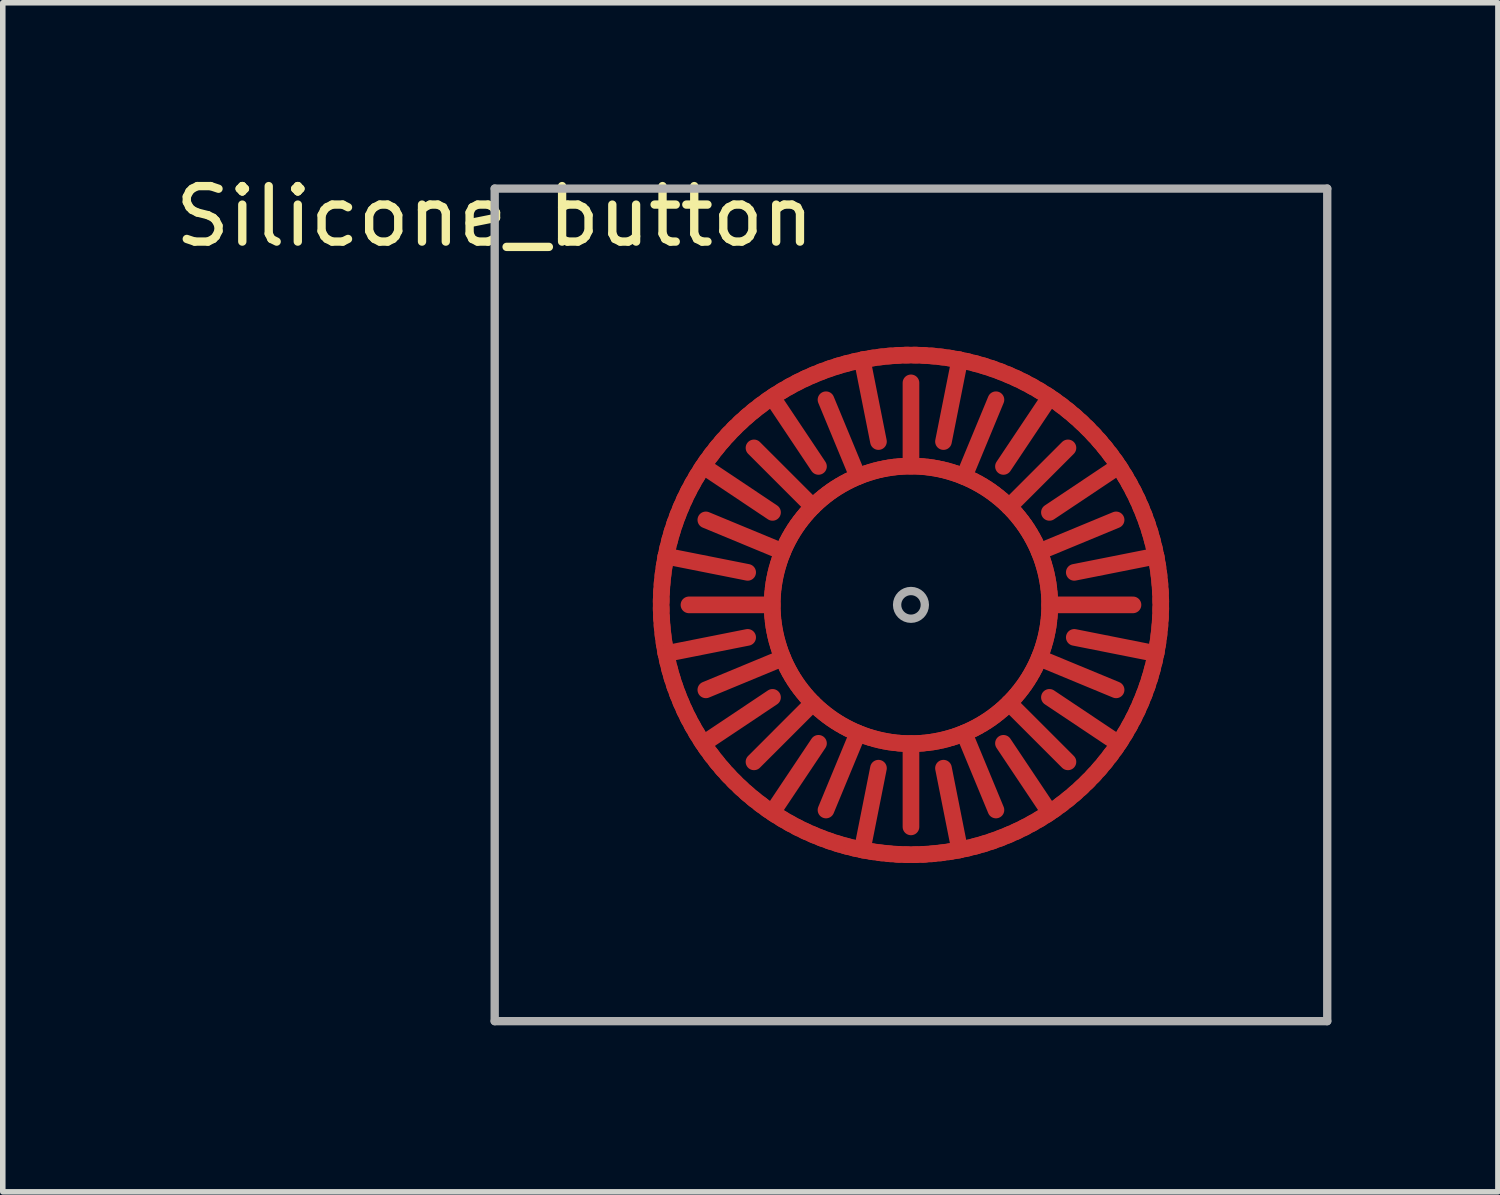
<source format=kicad_pcb>
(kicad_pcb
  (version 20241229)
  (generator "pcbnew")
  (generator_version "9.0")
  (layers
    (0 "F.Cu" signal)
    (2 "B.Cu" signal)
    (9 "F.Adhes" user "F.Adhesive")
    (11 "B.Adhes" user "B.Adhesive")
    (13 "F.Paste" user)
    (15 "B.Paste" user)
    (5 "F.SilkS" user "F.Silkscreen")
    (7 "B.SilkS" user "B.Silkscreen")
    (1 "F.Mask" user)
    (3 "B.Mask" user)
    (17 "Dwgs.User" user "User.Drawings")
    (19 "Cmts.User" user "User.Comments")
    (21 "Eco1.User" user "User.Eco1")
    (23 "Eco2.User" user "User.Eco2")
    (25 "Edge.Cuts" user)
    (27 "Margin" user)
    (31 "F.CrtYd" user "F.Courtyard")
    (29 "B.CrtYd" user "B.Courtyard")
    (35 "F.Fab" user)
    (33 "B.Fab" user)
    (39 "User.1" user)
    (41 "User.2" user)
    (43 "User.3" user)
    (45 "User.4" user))
  (footprint "Silicone_button"
    (layer "F.Cu")
    (at 5.863 0.348)
    (property "Reference" "Silicone_button" (at 0 0.5 0) (layer "F.SilkS") (effects (font (size 1 1) (thickness 0.15))))
    (attr through_hole)
    (fp_circle (center 7.5 7.5) (end 11 7.5) (stroke (width 2.35) (type solid)) (fill no) (layer "F.Mask"))
    (fp_line (start 0 0) (end 0 15) (stroke (width 0.15) (type solid)) (layer "F.Fab"))
    (fp_line (start 0 15) (end 15 15) (stroke (width 0.15) (type solid)) (layer "F.Fab"))
    (fp_line (start 15 0) (end 0 0) (stroke (width 0.15) (type solid)) (layer "F.Fab"))
    (fp_line (start 15 15) (end 15 0) (stroke (width 0.15) (type solid)) (layer "F.Fab"))
    (fp_circle (center 7.5 7.5) (end 7.75 7.5) (stroke (width 0.15) (type solid)) (fill no) (layer "F.Fab"))
    (pad "1" smd oval (at 4.25 7.5 270) (size 0.3 1.8) (layers "F.Cu"))
    (pad "1" smd oval (at 4.497 6.256 247.5) (size 0.3 1.8) (layers "F.Cu"))
    (pad "1" smd oval (at 4.497 8.744 292.5) (size 0.3 1.8) (layers "F.Cu"))
    (pad "1" smd oval (at 5 7.5 270) (size 0.4 0.3) (layers "F.Cu"))
    (pad "1" smd oval (at 5.002 7.413 268) (size 0.4 0.3) (layers "F.Cu"))
    (pad "1" smd oval (at 5.002 7.587 272) (size 0.4 0.3) (layers "F.Cu"))
    (pad "1" smd oval (at 5.006 7.326 266) (size 0.4 0.3) (layers "F.Cu"))
    (pad "1" smd oval (at 5.006 7.674 274) (size 0.4 0.3) (layers "F.Cu"))
    (pad "1" smd oval (at 5.014 7.239 264) (size 0.4 0.3) (layers "F.Cu"))
    (pad "1" smd oval (at 5.014 7.761 276) (size 0.4 0.3) (layers "F.Cu"))
    (pad "1" smd oval (at 5.024 7.152 262) (size 0.4 0.3) (layers "F.Cu"))
    (pad "1" smd oval (at 5.024 7.848 278) (size 0.4 0.3) (layers "F.Cu"))
    (pad "1" smd oval (at 5.038 7.066 260) (size 0.4 0.3) (layers "F.Cu"))
    (pad "1" smd oval (at 5.038 7.934 280) (size 0.4 0.3) (layers "F.Cu"))
    (pad "1" smd oval (at 5.055 6.98 258) (size 0.4 0.3) (layers "F.Cu"))
    (pad "1" smd oval (at 5.055 8.02 282) (size 0.4 0.3) (layers "F.Cu"))
    (pad "1" smd oval (at 5.074 6.895 256) (size 0.4 0.3) (layers "F.Cu"))
    (pad "1" smd oval (at 5.074 8.105 284) (size 0.4 0.3) (layers "F.Cu"))
    (pad "1" smd oval (at 5.097 6.811 254) (size 0.4 0.3) (layers "F.Cu"))
    (pad "1" smd oval (at 5.097 8.189 286) (size 0.4 0.3) (layers "F.Cu"))
    (pad "1" smd oval (at 5.122 6.727 252) (size 0.4 0.3) (layers "F.Cu"))
    (pad "1" smd oval (at 5.122 8.273 288) (size 0.4 0.3) (layers "F.Cu"))
    (pad "1" smd oval (at 5.151 6.645 250) (size 0.4 0.3) (layers "F.Cu"))
    (pad "1" smd oval (at 5.151 8.355 290) (size 0.4 0.3) (layers "F.Cu"))
    (pad "1" smd oval (at 5.182 6.563 248) (size 0.4 0.3) (layers "F.Cu"))
    (pad "1" smd oval (at 5.182 8.437 292) (size 0.4 0.3) (layers "F.Cu"))
    (pad "1" smd oval (at 5.202 5.202 225) (size 0.3 1.8) (layers "F.Cu"))
    (pad "1" smd oval (at 5.202 9.798 315) (size 0.3 1.8) (layers "F.Cu"))
    (pad "1" smd oval (at 5.216 6.483 246) (size 0.4 0.3) (layers "F.Cu"))
    (pad "1" smd oval (at 5.216 8.517 294) (size 0.4 0.3) (layers "F.Cu"))
    (pad "1" smd oval (at 5.253 6.404 244) (size 0.4 0.3) (layers "F.Cu"))
    (pad "1" smd oval (at 5.253 8.596 296) (size 0.4 0.3) (layers "F.Cu"))
    (pad "1" smd oval (at 5.293 6.326 242) (size 0.4 0.3) (layers "F.Cu"))
    (pad "1" smd oval (at 5.293 8.674 298) (size 0.4 0.3) (layers "F.Cu"))
    (pad "1" smd oval (at 5.335 6.25 240) (size 0.4 0.3) (layers "F.Cu"))
    (pad "1" smd oval (at 5.335 8.75 300) (size 0.4 0.3) (layers "F.Cu"))
    (pad "1" smd oval (at 5.38 6.175 238) (size 0.4 0.3) (layers "F.Cu"))
    (pad "1" smd oval (at 5.38 8.825 302) (size 0.4 0.3) (layers "F.Cu"))
    (pad "1" smd oval (at 5.427 6.102 236) (size 0.4 0.3) (layers "F.Cu"))
    (pad "1" smd oval (at 5.427 8.898 304) (size 0.4 0.3) (layers "F.Cu"))
    (pad "1" smd oval (at 5.477 6.031 234) (size 0.4 0.3) (layers "F.Cu"))
    (pad "1" smd oval (at 5.477 8.969 306) (size 0.4 0.3) (layers "F.Cu"))
    (pad "1" smd oval (at 5.53 5.961 232) (size 0.4 0.3) (layers "F.Cu"))
    (pad "1" smd oval (at 5.53 9.039 308) (size 0.4 0.3) (layers "F.Cu"))
    (pad "1" smd oval (at 5.585 5.893 230) (size 0.4 0.3) (layers "F.Cu"))
    (pad "1" smd oval (at 5.585 9.107 310) (size 0.4 0.3) (layers "F.Cu"))
    (pad "1" smd oval (at 5.642 5.827 228) (size 0.4 0.3) (layers "F.Cu"))
    (pad "1" smd oval (at 5.642 9.173 312) (size 0.4 0.3) (layers "F.Cu"))
    (pad "1" smd oval (at 5.702 5.763 226) (size 0.4 0.3) (layers "F.Cu"))
    (pad "1" smd oval (at 5.702 9.237 314) (size 0.4 0.3) (layers "F.Cu"))
    (pad "1" smd oval (at 5.763 5.702 224) (size 0.4 0.3) (layers "F.Cu"))
    (pad "1" smd oval (at 5.763 9.298 316) (size 0.4 0.3) (layers "F.Cu"))
    (pad "1" smd oval (at 5.827 5.642 222) (size 0.4 0.3) (layers "F.Cu"))
    (pad "1" smd oval (at 5.827 9.358 318) (size 0.4 0.3) (layers "F.Cu"))
    (pad "1" smd oval (at 5.893 5.585 220) (size 0.4 0.3) (layers "F.Cu"))
    (pad "1" smd oval (at 5.893 9.415 320) (size 0.4 0.3) (layers "F.Cu"))
    (pad "1" smd oval (at 5.961 5.53 218) (size 0.4 0.3) (layers "F.Cu"))
    (pad "1" smd oval (at 5.961 9.47 322) (size 0.4 0.3) (layers "F.Cu"))
    (pad "1" smd oval (at 6.031 5.477 216) (size 0.4 0.3) (layers "F.Cu"))
    (pad "1" smd oval (at 6.031 9.523 324) (size 0.4 0.3) (layers "F.Cu"))
    (pad "1" smd oval (at 6.102 5.427 214) (size 0.4 0.3) (layers "F.Cu"))
    (pad "1" smd oval (at 6.102 9.573 326) (size 0.4 0.3) (layers "F.Cu"))
    (pad "1" smd oval (at 6.175 5.38 212) (size 0.4 0.3) (layers "F.Cu"))
    (pad "1" smd oval (at 6.175 9.62 328) (size 0.4 0.3) (layers "F.Cu"))
    (pad "1" smd oval (at 6.25 5.335 210) (size 0.4 0.3) (layers "F.Cu"))
    (pad "1" smd oval (at 6.25 9.665 330) (size 0.4 0.3) (layers "F.Cu"))
    (pad "1" smd oval (at 6.256 4.497 202.5) (size 0.3 1.8) (layers "F.Cu"))
    (pad "1" smd oval (at 6.256 10.503 337.5) (size 0.3 1.8) (layers "F.Cu"))
    (pad "1" smd oval (at 6.326 5.293 208) (size 0.4 0.3) (layers "F.Cu"))
    (pad "1" smd oval (at 6.326 9.707 332) (size 0.4 0.3) (layers "F.Cu"))
    (pad "1" smd oval (at 6.404 5.253 206) (size 0.4 0.3) (layers "F.Cu"))
    (pad "1" smd oval (at 6.404 9.747 334) (size 0.4 0.3) (layers "F.Cu"))
    (pad "1" smd oval (at 6.483 5.216 204) (size 0.4 0.3) (layers "F.Cu"))
    (pad "1" smd oval (at 6.483 9.784 336) (size 0.4 0.3) (layers "F.Cu"))
    (pad "1" smd oval (at 6.563 5.182 202) (size 0.4 0.3) (layers "F.Cu"))
    (pad "1" smd oval (at 6.563 9.818 338) (size 0.4 0.3) (layers "F.Cu"))
    (pad "1" smd oval (at 6.645 5.151 200) (size 0.4 0.3) (layers "F.Cu"))
    (pad "1" smd oval (at 6.645 9.849 340) (size 0.4 0.3) (layers "F.Cu"))
    (pad "1" smd oval (at 6.727 5.122 198) (size 0.4 0.3) (layers "F.Cu"))
    (pad "1" smd oval (at 6.727 9.878 342) (size 0.4 0.3) (layers "F.Cu"))
    (pad "1" smd oval (at 6.811 5.097 196) (size 0.4 0.3) (layers "F.Cu"))
    (pad "1" smd oval (at 6.811 9.903 344) (size 0.4 0.3) (layers "F.Cu"))
    (pad "1" smd oval (at 6.895 5.074 194) (size 0.4 0.3) (layers "F.Cu"))
    (pad "1" smd oval (at 6.895 9.926 346) (size 0.4 0.3) (layers "F.Cu"))
    (pad "1" smd oval (at 6.98 5.055 192) (size 0.4 0.3) (layers "F.Cu"))
    (pad "1" smd oval (at 6.98 9.945 348) (size 0.4 0.3) (layers "F.Cu"))
    (pad "1" smd oval (at 7.066 5.038 190) (size 0.4 0.3) (layers "F.Cu"))
    (pad "1" smd oval (at 7.066 9.962 350) (size 0.4 0.3) (layers "F.Cu"))
    (pad "1" smd oval (at 7.152 5.024 188) (size 0.4 0.3) (layers "F.Cu"))
    (pad "1" smd oval (at 7.152 9.976 352) (size 0.4 0.3) (layers "F.Cu"))
    (pad "1" smd oval (at 7.239 5.014 186) (size 0.4 0.3) (layers "F.Cu"))
    (pad "1" smd oval (at 7.239 9.986 354) (size 0.4 0.3) (layers "F.Cu"))
    (pad "1" smd oval (at 7.326 5.006 184) (size 0.4 0.3) (layers "F.Cu"))
    (pad "1" smd oval (at 7.326 9.994 356) (size 0.4 0.3) (layers "F.Cu"))
    (pad "1" smd oval (at 7.413 5.002 182) (size 0.4 0.3) (layers "F.Cu"))
    (pad "1" smd oval (at 7.413 9.998 358) (size 0.4 0.3) (layers "F.Cu"))
    (pad "1" smd oval (at 7.5 4.25 180) (size 0.3 1.8) (layers "F.Cu"))
    (pad "1" smd oval (at 7.5 5 180) (size 0.4 0.3) (layers "F.Cu"))
    (pad "1" smd oval (at 7.5 10) (size 0.4 0.3) (layers "F.Cu"))
    (pad "1" smd oval (at 7.5 10.75) (size 0.3 1.8) (layers "F.Cu"))
    (pad "1" smd oval (at 7.587 5.002 178) (size 0.4 0.3) (layers "F.Cu"))
    (pad "1" smd oval (at 7.587 9.998 2) (size 0.4 0.3) (layers "F.Cu"))
    (pad "1" smd oval (at 7.674 5.006 176) (size 0.4 0.3) (layers "F.Cu"))
    (pad "1" smd oval (at 7.674 9.994 4) (size 0.4 0.3) (layers "F.Cu"))
    (pad "1" smd oval (at 7.761 5.014 174) (size 0.4 0.3) (layers "F.Cu"))
    (pad "1" smd oval (at 7.761 9.986 6) (size 0.4 0.3) (layers "F.Cu"))
    (pad "1" smd oval (at 7.848 5.024 172) (size 0.4 0.3) (layers "F.Cu"))
    (pad "1" smd oval (at 7.848 9.976 8) (size 0.4 0.3) (layers "F.Cu"))
    (pad "1" smd oval (at 7.934 5.038 170) (size 0.4 0.3) (layers "F.Cu"))
    (pad "1" smd oval (at 7.934 9.962 10) (size 0.4 0.3) (layers "F.Cu"))
    (pad "1" smd oval (at 8.02 5.055 168) (size 0.4 0.3) (layers "F.Cu"))
    (pad "1" smd oval (at 8.02 9.945 12) (size 0.4 0.3) (layers "F.Cu"))
    (pad "1" smd oval (at 8.105 5.074 166) (size 0.4 0.3) (layers "F.Cu"))
    (pad "1" smd oval (at 8.105 9.926 14) (size 0.4 0.3) (layers "F.Cu"))
    (pad "1" smd oval (at 8.189 5.097 164) (size 0.4 0.3) (layers "F.Cu"))
    (pad "1" smd oval (at 8.189 9.903 16) (size 0.4 0.3) (layers "F.Cu"))
    (pad "1" smd oval (at 8.273 5.122 162) (size 0.4 0.3) (layers "F.Cu"))
    (pad "1" smd oval (at 8.273 9.878 18) (size 0.4 0.3) (layers "F.Cu"))
    (pad "1" smd oval (at 8.355 5.151 160) (size 0.4 0.3) (layers "F.Cu"))
    (pad "1" smd oval (at 8.355 9.849 20) (size 0.4 0.3) (layers "F.Cu"))
    (pad "1" smd oval (at 8.437 5.182 158) (size 0.4 0.3) (layers "F.Cu"))
    (pad "1" smd oval (at 8.437 9.818 22) (size 0.4 0.3) (layers "F.Cu"))
    (pad "1" smd oval (at 8.517 5.216 156) (size 0.4 0.3) (layers "F.Cu"))
    (pad "1" smd oval (at 8.517 9.784 24) (size 0.4 0.3) (layers "F.Cu"))
    (pad "1" smd oval (at 8.596 5.253 154) (size 0.4 0.3) (layers "F.Cu"))
    (pad "1" smd oval (at 8.596 9.747 26) (size 0.4 0.3) (layers "F.Cu"))
    (pad "1" smd oval (at 8.674 5.293 152) (size 0.4 0.3) (layers "F.Cu"))
    (pad "1" smd oval (at 8.674 9.707 28) (size 0.4 0.3) (layers "F.Cu"))
    (pad "1" smd oval (at 8.744 4.497 157.5) (size 0.3 1.8) (layers "F.Cu"))
    (pad "1" smd oval (at 8.744 10.503 22.5) (size 0.3 1.8) (layers "F.Cu"))
    (pad "1" smd oval (at 8.75 5.335 150) (size 0.4 0.3) (layers "F.Cu"))
    (pad "1" smd oval (at 8.75 9.665 30) (size 0.4 0.3) (layers "F.Cu"))
    (pad "1" smd oval (at 8.825 5.38 148) (size 0.4 0.3) (layers "F.Cu"))
    (pad "1" smd oval (at 8.825 9.62 32) (size 0.4 0.3) (layers "F.Cu"))
    (pad "1" smd oval (at 8.898 5.427 146) (size 0.4 0.3) (layers "F.Cu"))
    (pad "1" smd oval (at 8.898 9.573 34) (size 0.4 0.3) (layers "F.Cu"))
    (pad "1" smd oval (at 8.969 5.477 144) (size 0.4 0.3) (layers "F.Cu"))
    (pad "1" smd oval (at 8.969 9.523 36) (size 0.4 0.3) (layers "F.Cu"))
    (pad "1" smd oval (at 9.039 5.53 142) (size 0.4 0.3) (layers "F.Cu"))
    (pad "1" smd oval (at 9.039 9.47 38) (size 0.4 0.3) (layers "F.Cu"))
    (pad "1" smd oval (at 9.107 5.585 140) (size 0.4 0.3) (layers "F.Cu"))
    (pad "1" smd oval (at 9.107 9.415 40) (size 0.4 0.3) (layers "F.Cu"))
    (pad "1" smd oval (at 9.173 5.642 138) (size 0.4 0.3) (layers "F.Cu"))
    (pad "1" smd oval (at 9.173 9.358 42) (size 0.4 0.3) (layers "F.Cu"))
    (pad "1" smd oval (at 9.237 5.702 136) (size 0.4 0.3) (layers "F.Cu"))
    (pad "1" smd oval (at 9.237 9.298 44) (size 0.4 0.3) (layers "F.Cu"))
    (pad "1" smd oval (at 9.298 5.763 134) (size 0.4 0.3) (layers "F.Cu"))
    (pad "1" smd oval (at 9.298 9.237 46) (size 0.4 0.3) (layers "F.Cu"))
    (pad "1" smd oval (at 9.358 5.827 132) (size 0.4 0.3) (layers "F.Cu"))
    (pad "1" smd oval (at 9.358 9.173 48) (size 0.4 0.3) (layers "F.Cu"))
    (pad "1" smd oval (at 9.415 5.893 130) (size 0.4 0.3) (layers "F.Cu"))
    (pad "1" smd oval (at 9.415 9.107 50) (size 0.4 0.3) (layers "F.Cu"))
    (pad "1" smd oval (at 9.47 5.961 128) (size 0.4 0.3) (layers "F.Cu"))
    (pad "1" smd oval (at 9.47 9.039 52) (size 0.4 0.3) (layers "F.Cu"))
    (pad "1" smd oval (at 9.523 6.031 126) (size 0.4 0.3) (layers "F.Cu"))
    (pad "1" smd oval (at 9.523 8.969 54) (size 0.4 0.3) (layers "F.Cu"))
    (pad "1" smd oval (at 9.573 6.102 124) (size 0.4 0.3) (layers "F.Cu"))
    (pad "1" smd oval (at 9.573 8.898 56) (size 0.4 0.3) (layers "F.Cu"))
    (pad "1" smd oval (at 9.62 6.175 122) (size 0.4 0.3) (layers "F.Cu"))
    (pad "1" smd oval (at 9.62 8.825 58) (size 0.4 0.3) (layers "F.Cu"))
    (pad "1" smd oval (at 9.665 6.25 120) (size 0.4 0.3) (layers "F.Cu"))
    (pad "1" smd oval (at 9.665 8.75 60) (size 0.4 0.3) (layers "F.Cu"))
    (pad "1" smd oval (at 9.707 6.326 118) (size 0.4 0.3) (layers "F.Cu"))
    (pad "1" smd oval (at 9.707 8.674 62) (size 0.4 0.3) (layers "F.Cu"))
    (pad "1" smd oval (at 9.747 6.404 116) (size 0.4 0.3) (layers "F.Cu"))
    (pad "1" smd oval (at 9.747 8.596 64) (size 0.4 0.3) (layers "F.Cu"))
    (pad "1" smd oval (at 9.784 6.483 114) (size 0.4 0.3) (layers "F.Cu"))
    (pad "1" smd oval (at 9.784 8.517 66) (size 0.4 0.3) (layers "F.Cu"))
    (pad "1" smd oval (at 9.798 5.202 135) (size 0.3 1.8) (layers "F.Cu"))
    (pad "1" smd oval (at 9.798 9.798 45) (size 0.3 1.8) (layers "F.Cu"))
    (pad "1" smd oval (at 9.818 6.563 112) (size 0.4 0.3) (layers "F.Cu"))
    (pad "1" smd oval (at 9.818 8.437 68) (size 0.4 0.3) (layers "F.Cu"))
    (pad "1" smd oval (at 9.849 6.645 110) (size 0.4 0.3) (layers "F.Cu"))
    (pad "1" smd oval (at 9.849 8.355 70) (size 0.4 0.3) (layers "F.Cu"))
    (pad "1" smd oval (at 9.878 6.727 108) (size 0.4 0.3) (layers "F.Cu"))
    (pad "1" smd oval (at 9.878 8.273 72) (size 0.4 0.3) (layers "F.Cu"))
    (pad "1" smd oval (at 9.903 6.811 106) (size 0.4 0.3) (layers "F.Cu"))
    (pad "1" smd oval (at 9.903 8.189 74) (size 0.4 0.3) (layers "F.Cu"))
    (pad "1" smd oval (at 9.926 6.895 104) (size 0.4 0.3) (layers "F.Cu"))
    (pad "1" smd oval (at 9.926 8.105 76) (size 0.4 0.3) (layers "F.Cu"))
    (pad "1" smd oval (at 9.945 6.98 102) (size 0.4 0.3) (layers "F.Cu"))
    (pad "1" smd oval (at 9.945 8.02 78) (size 0.4 0.3) (layers "F.Cu"))
    (pad "1" smd oval (at 9.962 7.066 100) (size 0.4 0.3) (layers "F.Cu"))
    (pad "1" smd oval (at 9.962 7.934 80) (size 0.4 0.3) (layers "F.Cu"))
    (pad "1" smd oval (at 9.976 7.152 98) (size 0.4 0.3) (layers "F.Cu"))
    (pad "1" smd oval (at 9.976 7.848 82) (size 0.4 0.3) (layers "F.Cu"))
    (pad "1" smd oval (at 9.986 7.239 96) (size 0.4 0.3) (layers "F.Cu"))
    (pad "1" smd oval (at 9.986 7.761 84) (size 0.4 0.3) (layers "F.Cu"))
    (pad "1" smd oval (at 9.994 7.326 94) (size 0.4 0.3) (layers "F.Cu"))
    (pad "1" smd oval (at 9.994 7.674 86) (size 0.4 0.3) (layers "F.Cu"))
    (pad "1" smd oval (at 9.998 7.413 92) (size 0.4 0.3) (layers "F.Cu"))
    (pad "1" smd oval (at 9.998 7.587 88) (size 0.4 0.3) (layers "F.Cu"))
    (pad "1" smd oval (at 10 7.5 90) (size 0.4 0.3) (layers "F.Cu"))
    (pad "1" smd oval (at 10.503 6.256 112.5) (size 0.3 1.8) (layers "F.Cu"))
    (pad "1" smd oval (at 10.503 8.744 67.5) (size 0.3 1.8) (layers "F.Cu"))
    (pad "1" smd oval (at 10.75 7.5 90) (size 0.3 1.8) (layers "F.Cu"))
    (pad "2" smd oval (at 3 7.5 270) (size 0.5 0.3) (layers "F.Cu"))
    (pad "2" smd oval (at 3.003 7.343 268) (size 0.5 0.3) (layers "F.Cu"))
    (pad "2" smd oval (at 3.003 7.657 272) (size 0.5 0.3) (layers "F.Cu"))
    (pad "2" smd oval (at 3.011 7.186 266) (size 0.5 0.3) (layers "F.Cu"))
    (pad "2" smd oval (at 3.011 7.814 274) (size 0.5 0.3) (layers "F.Cu"))
    (pad "2" smd oval (at 3.025 7.03 264) (size 0.5 0.3) (layers "F.Cu"))
    (pad "2" smd oval (at 3.025 7.97 276) (size 0.5 0.3) (layers "F.Cu"))
    (pad "2" smd oval (at 3.044 6.874 262) (size 0.5 0.3) (layers "F.Cu"))
    (pad "2" smd oval (at 3.044 8.126 278) (size 0.5 0.3) (layers "F.Cu"))
    (pad "2" smd oval (at 3.068 6.719 260) (size 0.5 0.3) (layers "F.Cu"))
    (pad "2" smd oval (at 3.068 8.281 280) (size 0.5 0.3) (layers "F.Cu"))
    (pad "2" smd oval (at 3.098 6.564 258) (size 0.5 0.3) (layers "F.Cu"))
    (pad "2" smd oval (at 3.098 8.436 282) (size 0.5 0.3) (layers "F.Cu"))
    (pad "2" smd oval (at 3.134 6.411 256) (size 0.5 0.3) (layers "F.Cu"))
    (pad "2" smd oval (at 3.134 8.589 284) (size 0.5 0.3) (layers "F.Cu"))
    (pad "2" smd oval (at 3.174 6.26 254) (size 0.5 0.3) (layers "F.Cu"))
    (pad "2" smd oval (at 3.174 8.74 286) (size 0.5 0.3) (layers "F.Cu"))
    (pad "2" smd oval (at 3.22 6.109 252) (size 0.5 0.3) (layers "F.Cu"))
    (pad "2" smd oval (at 3.22 8.891 288) (size 0.5 0.3) (layers "F.Cu"))
    (pad "2" smd oval (at 3.271 5.961 250) (size 0.5 0.3) (layers "F.Cu"))
    (pad "2" smd oval (at 3.271 9.039 290) (size 0.5 0.3) (layers "F.Cu"))
    (pad "2" smd oval (at 3.328 5.814 248) (size 0.5 0.3) (layers "F.Cu"))
    (pad "2" smd oval (at 3.328 9.186 292) (size 0.5 0.3) (layers "F.Cu"))
    (pad "2" smd oval (at 3.389 5.67 246) (size 0.5 0.3) (layers "F.Cu"))
    (pad "2" smd oval (at 3.389 9.33 294) (size 0.5 0.3) (layers "F.Cu"))
    (pad "2" smd oval (at 3.455 5.527 244) (size 0.5 0.3) (layers "F.Cu"))
    (pad "2" smd oval (at 3.455 9.473 296) (size 0.5 0.3) (layers "F.Cu"))
    (pad "2" smd oval (at 3.527 5.387 242) (size 0.5 0.3) (layers "F.Cu"))
    (pad "2" smd oval (at 3.527 9.613 298) (size 0.5 0.3) (layers "F.Cu"))
    (pad "2" smd oval (at 3.603 5.25 240) (size 0.5 0.3) (layers "F.Cu"))
    (pad "2" smd oval (at 3.603 9.75 300) (size 0.5 0.3) (layers "F.Cu"))
    (pad "2" smd oval (at 3.684 5.115 238) (size 0.5 0.3) (layers "F.Cu"))
    (pad "2" smd oval (at 3.684 9.885 302) (size 0.5 0.3) (layers "F.Cu"))
    (pad "2" smd oval (at 3.769 4.984 236) (size 0.5 0.3) (layers "F.Cu"))
    (pad "2" smd oval (at 3.769 10.016 304) (size 0.5 0.3) (layers "F.Cu"))
    (pad "2" smd oval (at 3.822 6.768 258.75) (size 0.3 1.8) (layers "F.Cu"))
    (pad "2" smd oval (at 3.822 8.232 281.25) (size 0.3 1.8) (layers "F.Cu"))
    (pad "2" smd oval (at 3.859 4.855 234) (size 0.5 0.3) (layers "F.Cu"))
    (pad "2" smd oval (at 3.859 10.145 306) (size 0.5 0.3) (layers "F.Cu"))
    (pad "2" smd oval (at 3.954 4.73 232) (size 0.5 0.3) (layers "F.Cu"))
    (pad "2" smd oval (at 3.954 10.27 308) (size 0.5 0.3) (layers "F.Cu"))
    (pad "2" smd oval (at 4.053 4.607 230) (size 0.5 0.3) (layers "F.Cu"))
    (pad "2" smd oval (at 4.053 10.393 310) (size 0.5 0.3) (layers "F.Cu"))
    (pad "2" smd oval (at 4.156 4.489 228) (size 0.5 0.3) (layers "F.Cu"))
    (pad "2" smd oval (at 4.156 10.511 312) (size 0.5 0.3) (layers "F.Cu"))
    (pad "2" smd oval (at 4.263 4.374 226) (size 0.5 0.3) (layers "F.Cu"))
    (pad "2" smd oval (at 4.263 10.626 314) (size 0.5 0.3) (layers "F.Cu"))
    (pad "2" smd oval (at 4.374 4.263 224) (size 0.5 0.3) (layers "F.Cu"))
    (pad "2" smd oval (at 4.374 10.737 316) (size 0.5 0.3) (layers "F.Cu"))
    (pad "2" smd oval (at 4.382 5.417 236.25) (size 0.3 1.8) (layers "F.Cu"))
    (pad "2" smd oval (at 4.382 9.583 303.75) (size 0.3 1.8) (layers "F.Cu"))
    (pad "2" smd oval (at 4.489 4.156 222) (size 0.5 0.3) (layers "F.Cu"))
    (pad "2" smd oval (at 4.489 10.844 318) (size 0.5 0.3) (layers "F.Cu"))
    (pad "2" smd oval (at 4.607 4.053 220) (size 0.5 0.3) (layers "F.Cu"))
    (pad "2" smd oval (at 4.607 10.947 320) (size 0.5 0.3) (layers "F.Cu"))
    (pad "2" smd oval (at 4.73 3.954 218) (size 0.5 0.3) (layers "F.Cu"))
    (pad "2" smd oval (at 4.73 11.046 322) (size 0.5 0.3) (layers "F.Cu"))
    (pad "2" smd oval (at 4.855 3.859 216) (size 0.5 0.3) (layers "F.Cu"))
    (pad "2" smd oval (at 4.855 11.141 324) (size 0.5 0.3) (layers "F.Cu"))
    (pad "2" smd oval (at 4.984 3.769 214) (size 0.5 0.3) (layers "F.Cu"))
    (pad "2" smd oval (at 4.984 11.231 326) (size 0.5 0.3) (layers "F.Cu"))
    (pad "2" smd oval (at 5.115 3.684 212) (size 0.5 0.3) (layers "F.Cu"))
    (pad "2" smd oval (at 5.115 11.316 328) (size 0.5 0.3) (layers "F.Cu"))
    (pad "2" smd oval (at 5.25 3.603 210) (size 0.5 0.3) (layers "F.Cu"))
    (pad "2" smd oval (at 5.25 11.397 330) (size 0.5 0.3) (layers "F.Cu"))
    (pad "2" smd oval (at 5.387 3.527 208) (size 0.5 0.3) (layers "F.Cu"))
    (pad "2" smd oval (at 5.387 11.473 332) (size 0.5 0.3) (layers "F.Cu"))
    (pad "2" smd oval (at 5.417 4.382 213.75) (size 0.3 1.8) (layers "F.Cu"))
    (pad "2" smd oval (at 5.417 10.618 326.25) (size 0.3 1.8) (layers "F.Cu"))
    (pad "2" smd oval (at 5.527 3.455 206) (size 0.5 0.3) (layers "F.Cu"))
    (pad "2" smd oval (at 5.527 11.545 334) (size 0.5 0.3) (layers "F.Cu"))
    (pad "2" smd oval (at 5.67 3.389 204) (size 0.5 0.3) (layers "F.Cu"))
    (pad "2" smd oval (at 5.67 11.611 336) (size 0.5 0.3) (layers "F.Cu"))
    (pad "2" smd oval (at 5.814 3.328 202) (size 0.5 0.3) (layers "F.Cu"))
    (pad "2" smd oval (at 5.814 11.672 338) (size 0.5 0.3) (layers "F.Cu"))
    (pad "2" smd oval (at 5.961 3.271 200) (size 0.5 0.3) (layers "F.Cu"))
    (pad "2" smd oval (at 5.961 11.729 340) (size 0.5 0.3) (layers "F.Cu"))
    (pad "2" smd oval (at 6.109 3.22 198) (size 0.5 0.3) (layers "F.Cu"))
    (pad "2" smd oval (at 6.109 11.78 342) (size 0.5 0.3) (layers "F.Cu"))
    (pad "2" smd oval (at 6.26 3.174 196) (size 0.5 0.3) (layers "F.Cu"))
    (pad "2" smd oval (at 6.26 11.826 344) (size 0.5 0.3) (layers "F.Cu"))
    (pad "2" smd oval (at 6.411 3.134 194) (size 0.5 0.3) (layers "F.Cu"))
    (pad "2" smd oval (at 6.411 11.866 346) (size 0.5 0.3) (layers "F.Cu"))
    (pad "2" smd oval (at 6.564 3.098 192) (size 0.5 0.3) (layers "F.Cu"))
    (pad "2" smd oval (at 6.564 11.902 348) (size 0.5 0.3) (layers "F.Cu"))
    (pad "2" smd oval (at 6.719 3.068 190) (size 0.5 0.3) (layers "F.Cu"))
    (pad "2" smd oval (at 6.719 11.932 350) (size 0.5 0.3) (layers "F.Cu"))
    (pad "2" smd oval (at 6.768 3.822 191.25) (size 0.3 1.8) (layers "F.Cu"))
    (pad "2" smd oval (at 6.768 11.178 348.75) (size 0.3 1.8) (layers "F.Cu"))
    (pad "2" smd oval (at 6.874 3.044 188) (size 0.5 0.3) (layers "F.Cu"))
    (pad "2" smd oval (at 6.874 11.956 352) (size 0.5 0.3) (layers "F.Cu"))
    (pad "2" smd oval (at 7.03 3.025 186) (size 0.5 0.3) (layers "F.Cu"))
    (pad "2" smd oval (at 7.03 11.975 354) (size 0.5 0.3) (layers "F.Cu"))
    (pad "2" smd oval (at 7.186 3.011 184) (size 0.5 0.3) (layers "F.Cu"))
    (pad "2" smd oval (at 7.186 11.989 356) (size 0.5 0.3) (layers "F.Cu"))
    (pad "2" smd oval (at 7.343 3.003 182) (size 0.5 0.3) (layers "F.Cu"))
    (pad "2" smd oval (at 7.343 11.997 358) (size 0.5 0.3) (layers "F.Cu"))
    (pad "2" smd oval (at 7.5 3 180) (size 0.5 0.3) (layers "F.Cu"))
    (pad "2" smd oval (at 7.5 12) (size 0.5 0.3) (layers "F.Cu"))
    (pad "2" smd oval (at 7.657 3.003 178) (size 0.5 0.3) (layers "F.Cu"))
    (pad "2" smd oval (at 7.657 11.997 2) (size 0.5 0.3) (layers "F.Cu"))
    (pad "2" smd oval (at 7.814 3.011 176) (size 0.5 0.3) (layers "F.Cu"))
    (pad "2" smd oval (at 7.814 11.989 4) (size 0.5 0.3) (layers "F.Cu"))
    (pad "2" smd oval (at 7.97 3.025 174) (size 0.5 0.3) (layers "F.Cu"))
    (pad "2" smd oval (at 7.97 11.975 6) (size 0.5 0.3) (layers "F.Cu"))
    (pad "2" smd oval (at 8.126 3.044 172) (size 0.5 0.3) (layers "F.Cu"))
    (pad "2" smd oval (at 8.126 11.956 8) (size 0.5 0.3) (layers "F.Cu"))
    (pad "2" smd oval (at 8.232 3.822 168.75) (size 0.3 1.8) (layers "F.Cu"))
    (pad "2" smd oval (at 8.232 11.178 11.25) (size 0.3 1.8) (layers "F.Cu"))
    (pad "2" smd oval (at 8.281 3.068 170) (size 0.5 0.3) (layers "F.Cu"))
    (pad "2" smd oval (at 8.281 11.932 10) (size 0.5 0.3) (layers "F.Cu"))
    (pad "2" smd oval (at 8.436 3.098 168) (size 0.5 0.3) (layers "F.Cu"))
    (pad "2" smd oval (at 8.436 11.902 12) (size 0.5 0.3) (layers "F.Cu"))
    (pad "2" smd oval (at 8.589 3.134 166) (size 0.5 0.3) (layers "F.Cu"))
    (pad "2" smd oval (at 8.589 11.866 14) (size 0.5 0.3) (layers "F.Cu"))
    (pad "2" smd oval (at 8.74 3.174 164) (size 0.5 0.3) (layers "F.Cu"))
    (pad "2" smd oval (at 8.74 11.826 16) (size 0.5 0.3) (layers "F.Cu"))
    (pad "2" smd oval (at 8.891 3.22 162) (size 0.5 0.3) (layers "F.Cu"))
    (pad "2" smd oval (at 8.891 11.78 18) (size 0.5 0.3) (layers "F.Cu"))
    (pad "2" smd oval (at 9.039 3.271 160) (size 0.5 0.3) (layers "F.Cu"))
    (pad "2" smd oval (at 9.039 11.729 20) (size 0.5 0.3) (layers "F.Cu"))
    (pad "2" smd oval (at 9.186 3.328 158) (size 0.5 0.3) (layers "F.Cu"))
    (pad "2" smd oval (at 9.186 11.672 22) (size 0.5 0.3) (layers "F.Cu"))
    (pad "2" smd oval (at 9.33 3.389 156) (size 0.5 0.3) (layers "F.Cu"))
    (pad "2" smd oval (at 9.33 11.611 24) (size 0.5 0.3) (layers "F.Cu"))
    (pad "2" smd oval (at 9.473 3.455 154) (size 0.5 0.3) (layers "F.Cu"))
    (pad "2" smd oval (at 9.473 11.545 26) (size 0.5 0.3) (layers "F.Cu"))
    (pad "2" smd oval (at 9.583 4.382 146.25) (size 0.3 1.8) (layers "F.Cu"))
    (pad "2" smd oval (at 9.583 10.618 33.75) (size 0.3 1.8) (layers "F.Cu"))
    (pad "2" smd oval (at 9.613 3.527 152) (size 0.5 0.3) (layers "F.Cu"))
    (pad "2" smd oval (at 9.613 11.473 28) (size 0.5 0.3) (layers "F.Cu"))
    (pad "2" smd oval (at 9.75 3.603 150) (size 0.5 0.3) (layers "F.Cu"))
    (pad "2" smd oval (at 9.75 11.397 30) (size 0.5 0.3) (layers "F.Cu"))
    (pad "2" smd oval (at 9.885 3.684 148) (size 0.5 0.3) (layers "F.Cu"))
    (pad "2" smd oval (at 9.885 11.316 32) (size 0.5 0.3) (layers "F.Cu"))
    (pad "2" smd oval (at 10.016 3.769 146) (size 0.5 0.3) (layers "F.Cu"))
    (pad "2" smd oval (at 10.016 11.231 34) (size 0.5 0.3) (layers "F.Cu"))
    (pad "2" smd oval (at 10.145 3.859 144) (size 0.5 0.3) (layers "F.Cu"))
    (pad "2" smd oval (at 10.145 11.141 36) (size 0.5 0.3) (layers "F.Cu"))
    (pad "2" smd oval (at 10.27 3.954 142) (size 0.5 0.3) (layers "F.Cu"))
    (pad "2" smd oval (at 10.27 11.046 38) (size 0.5 0.3) (layers "F.Cu"))
    (pad "2" smd oval (at 10.393 4.053 140) (size 0.5 0.3) (layers "F.Cu"))
    (pad "2" smd oval (at 10.393 10.947 40) (size 0.5 0.3) (layers "F.Cu"))
    (pad "2" smd oval (at 10.511 4.156 138) (size 0.5 0.3) (layers "F.Cu"))
    (pad "2" smd oval (at 10.511 10.844 42) (size 0.5 0.3) (layers "F.Cu"))
    (pad "2" smd oval (at 10.618 5.417 123.75) (size 0.3 1.8) (layers "F.Cu"))
    (pad "2" smd oval (at 10.618 9.583 56.25) (size 0.3 1.8) (layers "F.Cu"))
    (pad "2" smd oval (at 10.626 4.263 136) (size 0.5 0.3) (layers "F.Cu"))
    (pad "2" smd oval (at 10.626 10.737 44) (size 0.5 0.3) (layers "F.Cu"))
    (pad "2" smd oval (at 10.737 4.374 134) (size 0.5 0.3) (layers "F.Cu"))
    (pad "2" smd oval (at 10.737 10.626 46) (size 0.5 0.3) (layers "F.Cu"))
    (pad "2" smd oval (at 10.844 4.489 132) (size 0.5 0.3) (layers "F.Cu"))
    (pad "2" smd oval (at 10.844 10.511 48) (size 0.5 0.3) (layers "F.Cu"))
    (pad "2" smd oval (at 10.947 4.607 130) (size 0.5 0.3) (layers "F.Cu"))
    (pad "2" smd oval (at 10.947 10.393 50) (size 0.5 0.3) (layers "F.Cu"))
    (pad "2" smd oval (at 11.046 4.73 128) (size 0.5 0.3) (layers "F.Cu"))
    (pad "2" smd oval (at 11.046 10.27 52) (size 0.5 0.3) (layers "F.Cu"))
    (pad "2" smd oval (at 11.141 4.855 126) (size 0.5 0.3) (layers "F.Cu"))
    (pad "2" smd oval (at 11.141 10.145 54) (size 0.5 0.3) (layers "F.Cu"))
    (pad "2" smd oval (at 11.178 6.768 101.25) (size 0.3 1.8) (layers "F.Cu"))
    (pad "2" smd oval (at 11.178 8.232 78.75) (size 0.3 1.8) (layers "F.Cu"))
    (pad "2" smd oval (at 11.231 4.984 124) (size 0.5 0.3) (layers "F.Cu"))
    (pad "2" smd oval (at 11.231 10.016 56) (size 0.5 0.3) (layers "F.Cu"))
    (pad "2" smd oval (at 11.316 5.115 122) (size 0.5 0.3) (layers "F.Cu"))
    (pad "2" smd oval (at 11.316 9.885 58) (size 0.5 0.3) (layers "F.Cu"))
    (pad "2" smd oval (at 11.397 5.25 120) (size 0.5 0.3) (layers "F.Cu"))
    (pad "2" smd oval (at 11.397 9.75 60) (size 0.5 0.3) (layers "F.Cu"))
    (pad "2" smd oval (at 11.473 5.387 118) (size 0.5 0.3) (layers "F.Cu"))
    (pad "2" smd oval (at 11.473 9.613 62) (size 0.5 0.3) (layers "F.Cu"))
    (pad "2" smd oval (at 11.545 5.527 116) (size 0.5 0.3) (layers "F.Cu"))
    (pad "2" smd oval (at 11.545 9.473 64) (size 0.5 0.3) (layers "F.Cu"))
    (pad "2" smd oval (at 11.611 5.67 114) (size 0.5 0.3) (layers "F.Cu"))
    (pad "2" smd oval (at 11.611 9.33 66) (size 0.5 0.3) (layers "F.Cu"))
    (pad "2" smd oval (at 11.672 5.814 112) (size 0.5 0.3) (layers "F.Cu"))
    (pad "2" smd oval (at 11.672 9.186 68) (size 0.5 0.3) (layers "F.Cu"))
    (pad "2" smd oval (at 11.729 5.961 110) (size 0.5 0.3) (layers "F.Cu"))
    (pad "2" smd oval (at 11.729 9.039 70) (size 0.5 0.3) (layers "F.Cu"))
    (pad "2" smd oval (at 11.78 6.109 108) (size 0.5 0.3) (layers "F.Cu"))
    (pad "2" smd oval (at 11.78 8.891 72) (size 0.5 0.3) (layers "F.Cu"))
    (pad "2" smd oval (at 11.826 6.26 106) (size 0.5 0.3) (layers "F.Cu"))
    (pad "2" smd oval (at 11.826 8.74 74) (size 0.5 0.3) (layers "F.Cu"))
    (pad "2" smd oval (at 11.866 6.411 104) (size 0.5 0.3) (layers "F.Cu"))
    (pad "2" smd oval (at 11.866 8.589 76) (size 0.5 0.3) (layers "F.Cu"))
    (pad "2" smd oval (at 11.902 6.564 102) (size 0.5 0.3) (layers "F.Cu"))
    (pad "2" smd oval (at 11.902 8.436 78) (size 0.5 0.3) (layers "F.Cu"))
    (pad "2" smd oval (at 11.932 6.719 100) (size 0.5 0.3) (layers "F.Cu"))
    (pad "2" smd oval (at 11.932 8.281 80) (size 0.5 0.3) (layers "F.Cu"))
    (pad "2" smd oval (at 11.956 6.874 98) (size 0.5 0.3) (layers "F.Cu"))
    (pad "2" smd oval (at 11.956 8.126 82) (size 0.5 0.3) (layers "F.Cu"))
    (pad "2" smd oval (at 11.975 7.03 96) (size 0.5 0.3) (layers "F.Cu"))
    (pad "2" smd oval (at 11.975 7.97 84) (size 0.5 0.3) (layers "F.Cu"))
    (pad "2" smd oval (at 11.989 7.186 94) (size 0.5 0.3) (layers "F.Cu"))
    (pad "2" smd oval (at 11.989 7.814 86) (size 0.5 0.3) (layers "F.Cu"))
    (pad "2" smd oval (at 11.997 7.343 92) (size 0.5 0.3) (layers "F.Cu"))
    (pad "2" smd oval (at 11.997 7.657 88) (size 0.5 0.3) (layers "F.Cu"))
    (pad "2" smd oval (at 12 7.5 90) (size 0.5 0.3) (layers "F.Cu")))
  (gr_rect
    (start -3 -3)
    (end 23.938 18.423)
    (stroke (width 0.1) (type default))
    (fill no)
    (layer "Edge.Cuts")))
</source>
